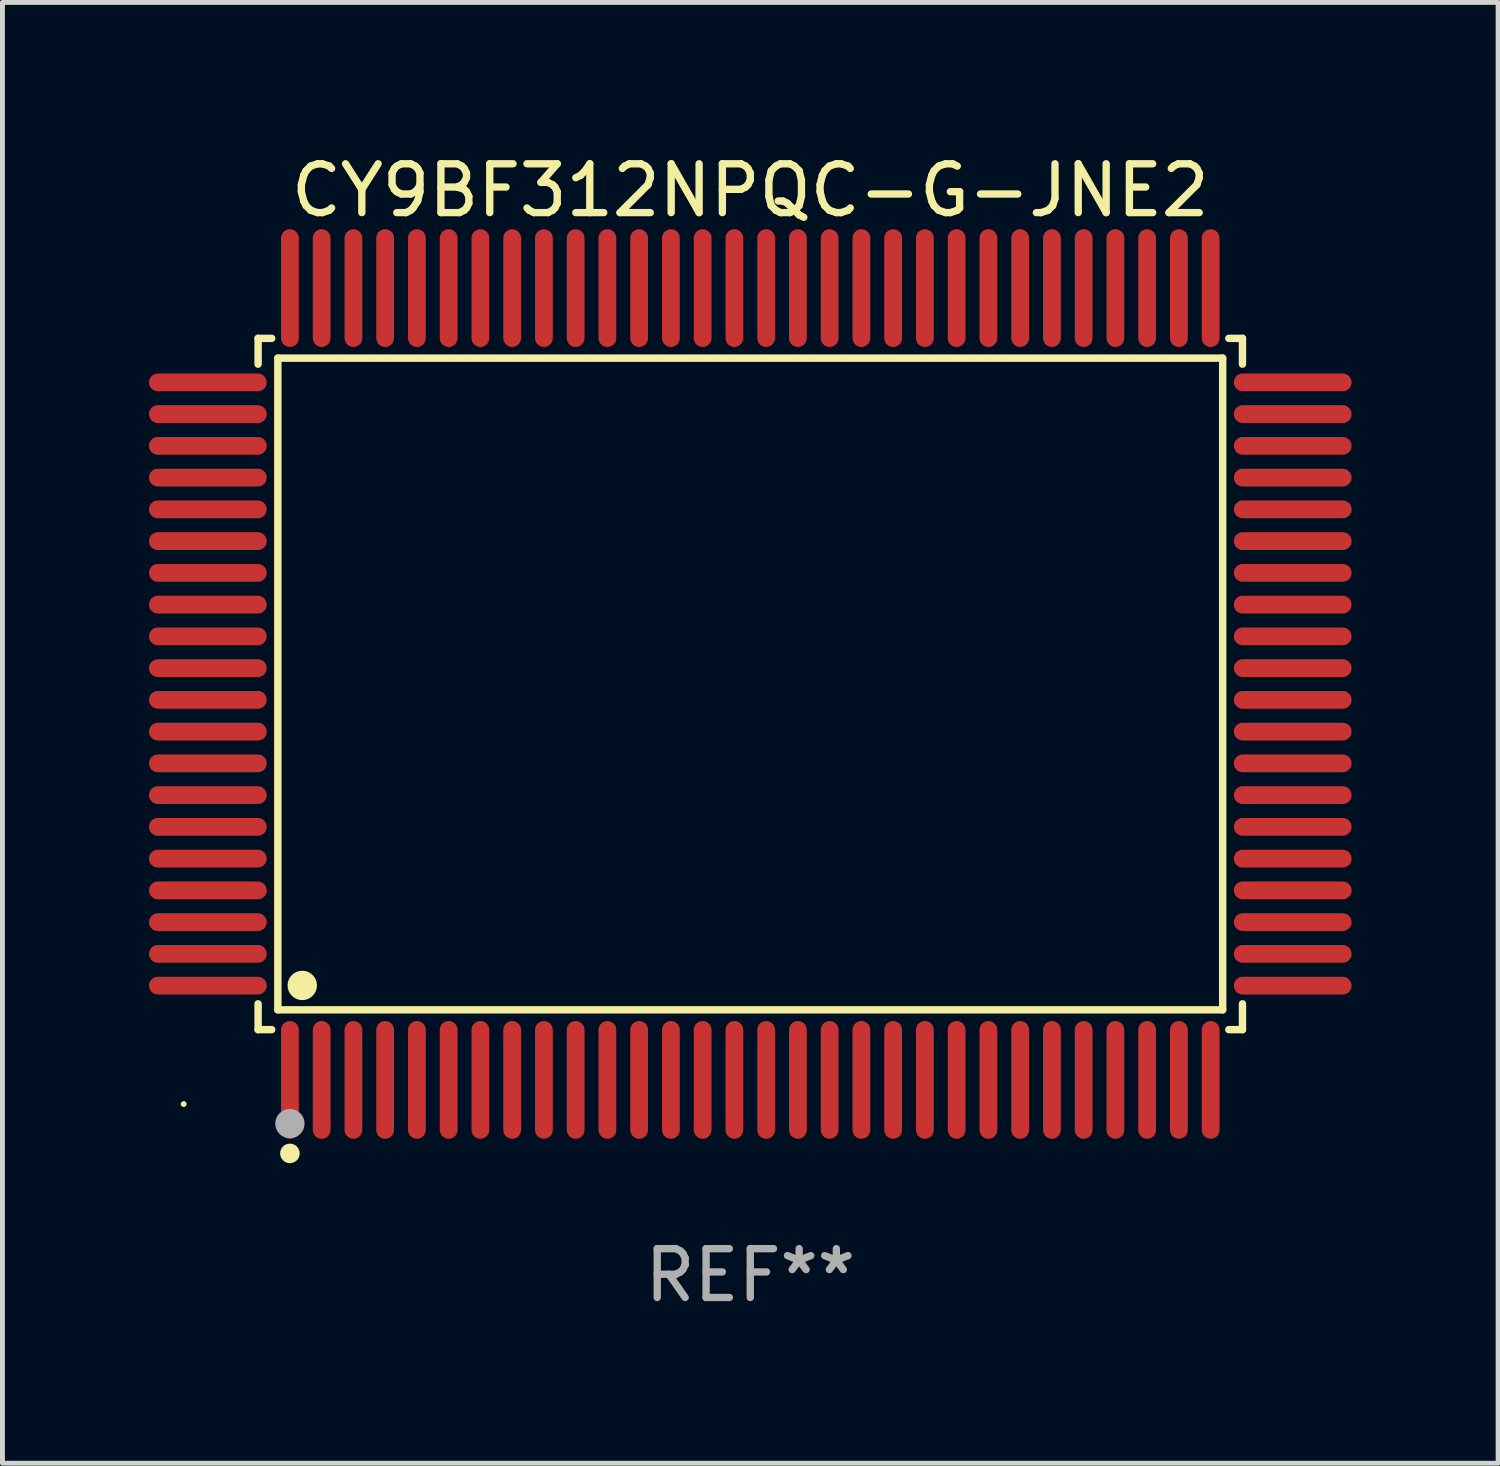
<source format=kicad_pcb>
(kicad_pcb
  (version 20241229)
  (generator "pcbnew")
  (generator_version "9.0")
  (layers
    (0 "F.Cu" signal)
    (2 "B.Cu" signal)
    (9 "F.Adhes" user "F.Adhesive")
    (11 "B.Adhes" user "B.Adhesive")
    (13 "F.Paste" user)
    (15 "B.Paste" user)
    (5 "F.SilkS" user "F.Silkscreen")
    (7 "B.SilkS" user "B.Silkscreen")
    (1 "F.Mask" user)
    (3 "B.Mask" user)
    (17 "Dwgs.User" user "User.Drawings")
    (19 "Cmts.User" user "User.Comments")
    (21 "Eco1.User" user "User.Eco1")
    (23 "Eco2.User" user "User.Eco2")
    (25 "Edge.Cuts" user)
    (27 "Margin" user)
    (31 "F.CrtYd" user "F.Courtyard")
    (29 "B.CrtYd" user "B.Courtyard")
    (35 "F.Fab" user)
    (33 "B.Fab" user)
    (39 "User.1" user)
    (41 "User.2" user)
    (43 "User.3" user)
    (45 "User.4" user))
  (footprint "CY9BF312NPQC-G-JNE2"
    (layer "F.Cu")
    (at 12.31 10.953)
    (property "Reference" "CY9BF312NPQC-G-JNE2" (at 0 -10.105 0) (layer "F.SilkS") (effects (font (size 1 1) (thickness 0.15))))
    (attr through_hole)
    (fp_line (start -10.076 -7.076) (end -9.798 -7.076) (stroke (width 0.152) (type solid)) (layer "F.SilkS"))
    (fp_line (start -10.076 -6.548) (end -10.076 -7.076) (stroke (width 0.152) (type solid)) (layer "F.SilkS"))
    (fp_line (start -10.076 6.548) (end -10.076 7.076) (stroke (width 0.152) (type solid)) (layer "F.SilkS"))
    (fp_line (start -10.076 7.076) (end -9.798 7.076) (stroke (width 0.152) (type solid)) (layer "F.SilkS"))
    (fp_line (start -9.672 -6.671) (end 9.671 -6.671) (stroke (width 0.152) (type solid)) (layer "F.SilkS"))
    (fp_line (start -9.672 6.671) (end -9.672 -6.671) (stroke (width 0.152) (type solid)) (layer "F.SilkS"))
    (fp_line (start 9.671 -6.671) (end 9.671 6.671) (stroke (width 0.152) (type solid)) (layer "F.SilkS"))
    (fp_line (start 9.671 6.671) (end -9.672 6.671) (stroke (width 0.152) (type solid)) (layer "F.SilkS"))
    (fp_line (start 10.076 -7.076) (end 9.797 -7.076) (stroke (width 0.152) (type solid)) (layer "F.SilkS"))
    (fp_line (start 10.076 -6.548) (end 10.076 -7.076) (stroke (width 0.152) (type solid)) (layer "F.SilkS"))
    (fp_line (start 10.076 6.548) (end 10.076 7.076) (stroke (width 0.152) (type solid)) (layer "F.SilkS"))
    (fp_line (start 10.076 7.076) (end 9.797 7.076) (stroke (width 0.152) (type solid)) (layer "F.SilkS"))
    (fp_circle (center -11.6 8.6) (end -11.57 8.6) (stroke (width 0.06) (type solid)) (fill no) (layer "F.SilkS"))
    (fp_circle (center -9.425 9.61) (end -9.325 9.61) (stroke (width 0.2) (type solid)) (fill no) (layer "F.SilkS"))
    (fp_circle (center -9.172 6.171) (end -9.021 6.171) (stroke (width 0.3) (type solid)) (fill no) (layer "F.SilkS"))
    (fp_circle (center -9.425 9) (end -9.275 9) (stroke (width 0.3) (type solid)) (fill no) (layer "F.Fab"))
    (fp_text user "REF**" (at 0 12.105 0) (layer "F.Fab") (effects (font (size 1 1) (thickness 0.15))))
    (pad "1" smd oval (at -9.425 8.105) (size 0.364 2.41) (layers "F.Cu" "F.Mask" "F.Paste"))
    (pad "2" smd oval (at -8.775 8.105) (size 0.364 2.41) (layers "F.Cu" "F.Mask" "F.Paste"))
    (pad "3" smd oval (at -8.125 8.105) (size 0.364 2.41) (layers "F.Cu" "F.Mask" "F.Paste"))
    (pad "4" smd oval (at -7.475 8.105) (size 0.364 2.41) (layers "F.Cu" "F.Mask" "F.Paste"))
    (pad "5" smd oval (at -6.825 8.105) (size 0.364 2.41) (layers "F.Cu" "F.Mask" "F.Paste"))
    (pad "6" smd oval (at -6.175 8.105) (size 0.364 2.41) (layers "F.Cu" "F.Mask" "F.Paste"))
    (pad "7" smd oval (at -5.525 8.105) (size 0.364 2.41) (layers "F.Cu" "F.Mask" "F.Paste"))
    (pad "8" smd oval (at -4.875 8.105) (size 0.364 2.41) (layers "F.Cu" "F.Mask" "F.Paste"))
    (pad "9" smd oval (at -4.225 8.105) (size 0.364 2.41) (layers "F.Cu" "F.Mask" "F.Paste"))
    (pad "10" smd oval (at -3.575 8.105) (size 0.364 2.41) (layers "F.Cu" "F.Mask" "F.Paste"))
    (pad "11" smd oval (at -2.925 8.105) (size 0.364 2.41) (layers "F.Cu" "F.Mask" "F.Paste"))
    (pad "12" smd oval (at -2.275 8.105) (size 0.364 2.41) (layers "F.Cu" "F.Mask" "F.Paste"))
    (pad "13" smd oval (at -1.625 8.105) (size 0.364 2.41) (layers "F.Cu" "F.Mask" "F.Paste"))
    (pad "14" smd oval (at -0.975 8.105) (size 0.364 2.41) (layers "F.Cu" "F.Mask" "F.Paste"))
    (pad "15" smd oval (at -0.325 8.105) (size 0.364 2.41) (layers "F.Cu" "F.Mask" "F.Paste"))
    (pad "16" smd oval (at 0.325 8.105) (size 0.364 2.41) (layers "F.Cu" "F.Mask" "F.Paste"))
    (pad "17" smd oval (at 0.975 8.105) (size 0.364 2.41) (layers "F.Cu" "F.Mask" "F.Paste"))
    (pad "18" smd oval (at 1.625 8.105) (size 0.364 2.41) (layers "F.Cu" "F.Mask" "F.Paste"))
    (pad "19" smd oval (at 2.275 8.105) (size 0.364 2.41) (layers "F.Cu" "F.Mask" "F.Paste"))
    (pad "20" smd oval (at 2.925 8.105) (size 0.364 2.41) (layers "F.Cu" "F.Mask" "F.Paste"))
    (pad "21" smd oval (at 3.575 8.105) (size 0.364 2.41) (layers "F.Cu" "F.Mask" "F.Paste"))
    (pad "22" smd oval (at 4.225 8.105) (size 0.364 2.41) (layers "F.Cu" "F.Mask" "F.Paste"))
    (pad "23" smd oval (at 4.875 8.105) (size 0.364 2.41) (layers "F.Cu" "F.Mask" "F.Paste"))
    (pad "24" smd oval (at 5.525 8.105) (size 0.364 2.41) (layers "F.Cu" "F.Mask" "F.Paste"))
    (pad "25" smd oval (at 6.175 8.105) (size 0.364 2.41) (layers "F.Cu" "F.Mask" "F.Paste"))
    (pad "26" smd oval (at 6.825 8.105) (size 0.364 2.41) (layers "F.Cu" "F.Mask" "F.Paste"))
    (pad "27" smd oval (at 7.475 8.105) (size 0.364 2.41) (layers "F.Cu" "F.Mask" "F.Paste"))
    (pad "28" smd oval (at 8.125 8.105) (size 0.364 2.41) (layers "F.Cu" "F.Mask" "F.Paste"))
    (pad "29" smd oval (at 8.775 8.105) (size 0.364 2.41) (layers "F.Cu" "F.Mask" "F.Paste"))
    (pad "30" smd oval (at 9.425 8.105) (size 0.364 2.41) (layers "F.Cu" "F.Mask" "F.Paste"))
    (pad "31" smd oval (at 11.105 6.175) (size 2.41 0.364) (layers "F.Cu" "F.Mask" "F.Paste"))
    (pad "32" smd oval (at 11.105 5.525) (size 2.41 0.364) (layers "F.Cu" "F.Mask" "F.Paste"))
    (pad "33" smd oval (at 11.105 4.875) (size 2.41 0.364) (layers "F.Cu" "F.Mask" "F.Paste"))
    (pad "34" smd oval (at 11.105 4.225) (size 2.41 0.364) (layers "F.Cu" "F.Mask" "F.Paste"))
    (pad "35" smd oval (at 11.105 3.575) (size 2.41 0.364) (layers "F.Cu" "F.Mask" "F.Paste"))
    (pad "36" smd oval (at 11.105 2.925) (size 2.41 0.364) (layers "F.Cu" "F.Mask" "F.Paste"))
    (pad "37" smd oval (at 11.105 2.275) (size 2.41 0.364) (layers "F.Cu" "F.Mask" "F.Paste"))
    (pad "38" smd oval (at 11.105 1.625) (size 2.41 0.364) (layers "F.Cu" "F.Mask" "F.Paste"))
    (pad "39" smd oval (at 11.105 0.975) (size 2.41 0.364) (layers "F.Cu" "F.Mask" "F.Paste"))
    (pad "40" smd oval (at 11.105 0.325) (size 2.41 0.364) (layers "F.Cu" "F.Mask" "F.Paste"))
    (pad "41" smd oval (at 11.105 -0.325) (size 2.41 0.364) (layers "F.Cu" "F.Mask" "F.Paste"))
    (pad "42" smd oval (at 11.105 -0.975) (size 2.41 0.364) (layers "F.Cu" "F.Mask" "F.Paste"))
    (pad "43" smd oval (at 11.105 -1.625) (size 2.41 0.364) (layers "F.Cu" "F.Mask" "F.Paste"))
    (pad "44" smd oval (at 11.105 -2.275) (size 2.41 0.364) (layers "F.Cu" "F.Mask" "F.Paste"))
    (pad "45" smd oval (at 11.105 -2.925) (size 2.41 0.364) (layers "F.Cu" "F.Mask" "F.Paste"))
    (pad "46" smd oval (at 11.105 -3.575) (size 2.41 0.364) (layers "F.Cu" "F.Mask" "F.Paste"))
    (pad "47" smd oval (at 11.105 -4.225) (size 2.41 0.364) (layers "F.Cu" "F.Mask" "F.Paste"))
    (pad "48" smd oval (at 11.105 -4.875) (size 2.41 0.364) (layers "F.Cu" "F.Mask" "F.Paste"))
    (pad "49" smd oval (at 11.105 -5.525) (size 2.41 0.364) (layers "F.Cu" "F.Mask" "F.Paste"))
    (pad "50" smd oval (at 11.105 -6.175) (size 2.41 0.364) (layers "F.Cu" "F.Mask" "F.Paste"))
    (pad "51" smd oval (at 9.425 -8.105) (size 0.364 2.41) (layers "F.Cu" "F.Mask" "F.Paste"))
    (pad "52" smd oval (at 8.775 -8.105) (size 0.364 2.41) (layers "F.Cu" "F.Mask" "F.Paste"))
    (pad "53" smd oval (at 8.125 -8.105) (size 0.364 2.41) (layers "F.Cu" "F.Mask" "F.Paste"))
    (pad "54" smd oval (at 7.475 -8.105) (size 0.364 2.41) (layers "F.Cu" "F.Mask" "F.Paste"))
    (pad "55" smd oval (at 6.825 -8.105) (size 0.364 2.41) (layers "F.Cu" "F.Mask" "F.Paste"))
    (pad "56" smd oval (at 6.175 -8.105) (size 0.364 2.41) (layers "F.Cu" "F.Mask" "F.Paste"))
    (pad "57" smd oval (at 5.525 -8.105) (size 0.364 2.41) (layers "F.Cu" "F.Mask" "F.Paste"))
    (pad "58" smd oval (at 4.875 -8.105) (size 0.364 2.41) (layers "F.Cu" "F.Mask" "F.Paste"))
    (pad "59" smd oval (at 4.225 -8.105) (size 0.364 2.41) (layers "F.Cu" "F.Mask" "F.Paste"))
    (pad "60" smd oval (at 3.575 -8.105) (size 0.364 2.41) (layers "F.Cu" "F.Mask" "F.Paste"))
    (pad "61" smd oval (at 2.925 -8.105) (size 0.364 2.41) (layers "F.Cu" "F.Mask" "F.Paste"))
    (pad "62" smd oval (at 2.275 -8.105) (size 0.364 2.41) (layers "F.Cu" "F.Mask" "F.Paste"))
    (pad "63" smd oval (at 1.625 -8.105) (size 0.364 2.41) (layers "F.Cu" "F.Mask" "F.Paste"))
    (pad "64" smd oval (at 0.975 -8.105) (size 0.364 2.41) (layers "F.Cu" "F.Mask" "F.Paste"))
    (pad "65" smd oval (at 0.325 -8.105) (size 0.364 2.41) (layers "F.Cu" "F.Mask" "F.Paste"))
    (pad "66" smd oval (at -0.325 -8.105) (size 0.364 2.41) (layers "F.Cu" "F.Mask" "F.Paste"))
    (pad "67" smd oval (at -0.975 -8.105) (size 0.364 2.41) (layers "F.Cu" "F.Mask" "F.Paste"))
    (pad "68" smd oval (at -1.625 -8.105) (size 0.364 2.41) (layers "F.Cu" "F.Mask" "F.Paste"))
    (pad "69" smd oval (at -2.275 -8.105) (size 0.364 2.41) (layers "F.Cu" "F.Mask" "F.Paste"))
    (pad "70" smd oval (at -2.925 -8.105) (size 0.364 2.41) (layers "F.Cu" "F.Mask" "F.Paste"))
    (pad "71" smd oval (at -3.575 -8.105) (size 0.364 2.41) (layers "F.Cu" "F.Mask" "F.Paste"))
    (pad "72" smd oval (at -4.225 -8.105) (size 0.364 2.41) (layers "F.Cu" "F.Mask" "F.Paste"))
    (pad "73" smd oval (at -4.875 -8.105) (size 0.364 2.41) (layers "F.Cu" "F.Mask" "F.Paste"))
    (pad "74" smd oval (at -5.525 -8.105) (size 0.364 2.41) (layers "F.Cu" "F.Mask" "F.Paste"))
    (pad "75" smd oval (at -6.175 -8.105) (size 0.364 2.41) (layers "F.Cu" "F.Mask" "F.Paste"))
    (pad "76" smd oval (at -6.825 -8.105) (size 0.364 2.41) (layers "F.Cu" "F.Mask" "F.Paste"))
    (pad "77" smd oval (at -7.475 -8.105) (size 0.364 2.41) (layers "F.Cu" "F.Mask" "F.Paste"))
    (pad "78" smd oval (at -8.125 -8.105) (size 0.364 2.41) (layers "F.Cu" "F.Mask" "F.Paste"))
    (pad "79" smd oval (at -8.775 -8.105) (size 0.364 2.41) (layers "F.Cu" "F.Mask" "F.Paste"))
    (pad "80" smd oval (at -9.425 -8.105) (size 0.364 2.41) (layers "F.Cu" "F.Mask" "F.Paste"))
    (pad "81" smd oval (at -11.105 -6.175) (size 2.41 0.364) (layers "F.Cu" "F.Mask" "F.Paste"))
    (pad "82" smd oval (at -11.105 -5.525) (size 2.41 0.364) (layers "F.Cu" "F.Mask" "F.Paste"))
    (pad "83" smd oval (at -11.105 -4.875) (size 2.41 0.364) (layers "F.Cu" "F.Mask" "F.Paste"))
    (pad "84" smd oval (at -11.105 -4.225) (size 2.41 0.364) (layers "F.Cu" "F.Mask" "F.Paste"))
    (pad "85" smd oval (at -11.105 -3.575) (size 2.41 0.364) (layers "F.Cu" "F.Mask" "F.Paste"))
    (pad "86" smd oval (at -11.105 -2.925) (size 2.41 0.364) (layers "F.Cu" "F.Mask" "F.Paste"))
    (pad "87" smd oval (at -11.105 -2.275) (size 2.41 0.364) (layers "F.Cu" "F.Mask" "F.Paste"))
    (pad "88" smd oval (at -11.105 -1.625) (size 2.41 0.364) (layers "F.Cu" "F.Mask" "F.Paste"))
    (pad "89" smd oval (at -11.105 -0.975) (size 2.41 0.364) (layers "F.Cu" "F.Mask" "F.Paste"))
    (pad "90" smd oval (at -11.105 -0.325) (size 2.41 0.364) (layers "F.Cu" "F.Mask" "F.Paste"))
    (pad "91" smd oval (at -11.105 0.325) (size 2.41 0.364) (layers "F.Cu" "F.Mask" "F.Paste"))
    (pad "92" smd oval (at -11.105 0.975) (size 2.41 0.364) (layers "F.Cu" "F.Mask" "F.Paste"))
    (pad "93" smd oval (at -11.105 1.625) (size 2.41 0.364) (layers "F.Cu" "F.Mask" "F.Paste"))
    (pad "94" smd oval (at -11.105 2.275) (size 2.41 0.364) (layers "F.Cu" "F.Mask" "F.Paste"))
    (pad "95" smd oval (at -11.105 2.925) (size 2.41 0.364) (layers "F.Cu" "F.Mask" "F.Paste"))
    (pad "96" smd oval (at -11.105 3.575) (size 2.41 0.364) (layers "F.Cu" "F.Mask" "F.Paste"))
    (pad "97" smd oval (at -11.105 4.225) (size 2.41 0.364) (layers "F.Cu" "F.Mask" "F.Paste"))
    (pad "98" smd oval (at -11.105 4.875) (size 2.41 0.364) (layers "F.Cu" "F.Mask" "F.Paste"))
    (pad "99" smd oval (at -11.105 5.525) (size 2.41 0.364) (layers "F.Cu" "F.Mask" "F.Paste"))
    (pad "100" smd oval (at -11.105 6.175) (size 2.41 0.364) (layers "F.Cu" "F.Mask" "F.Paste")))
  (gr_rect
    (start -3 -3)
    (end 27.62 26.906)
    (stroke (width 0.1) (type default))
    (fill no)
    (layer "Edge.Cuts")))
</source>
